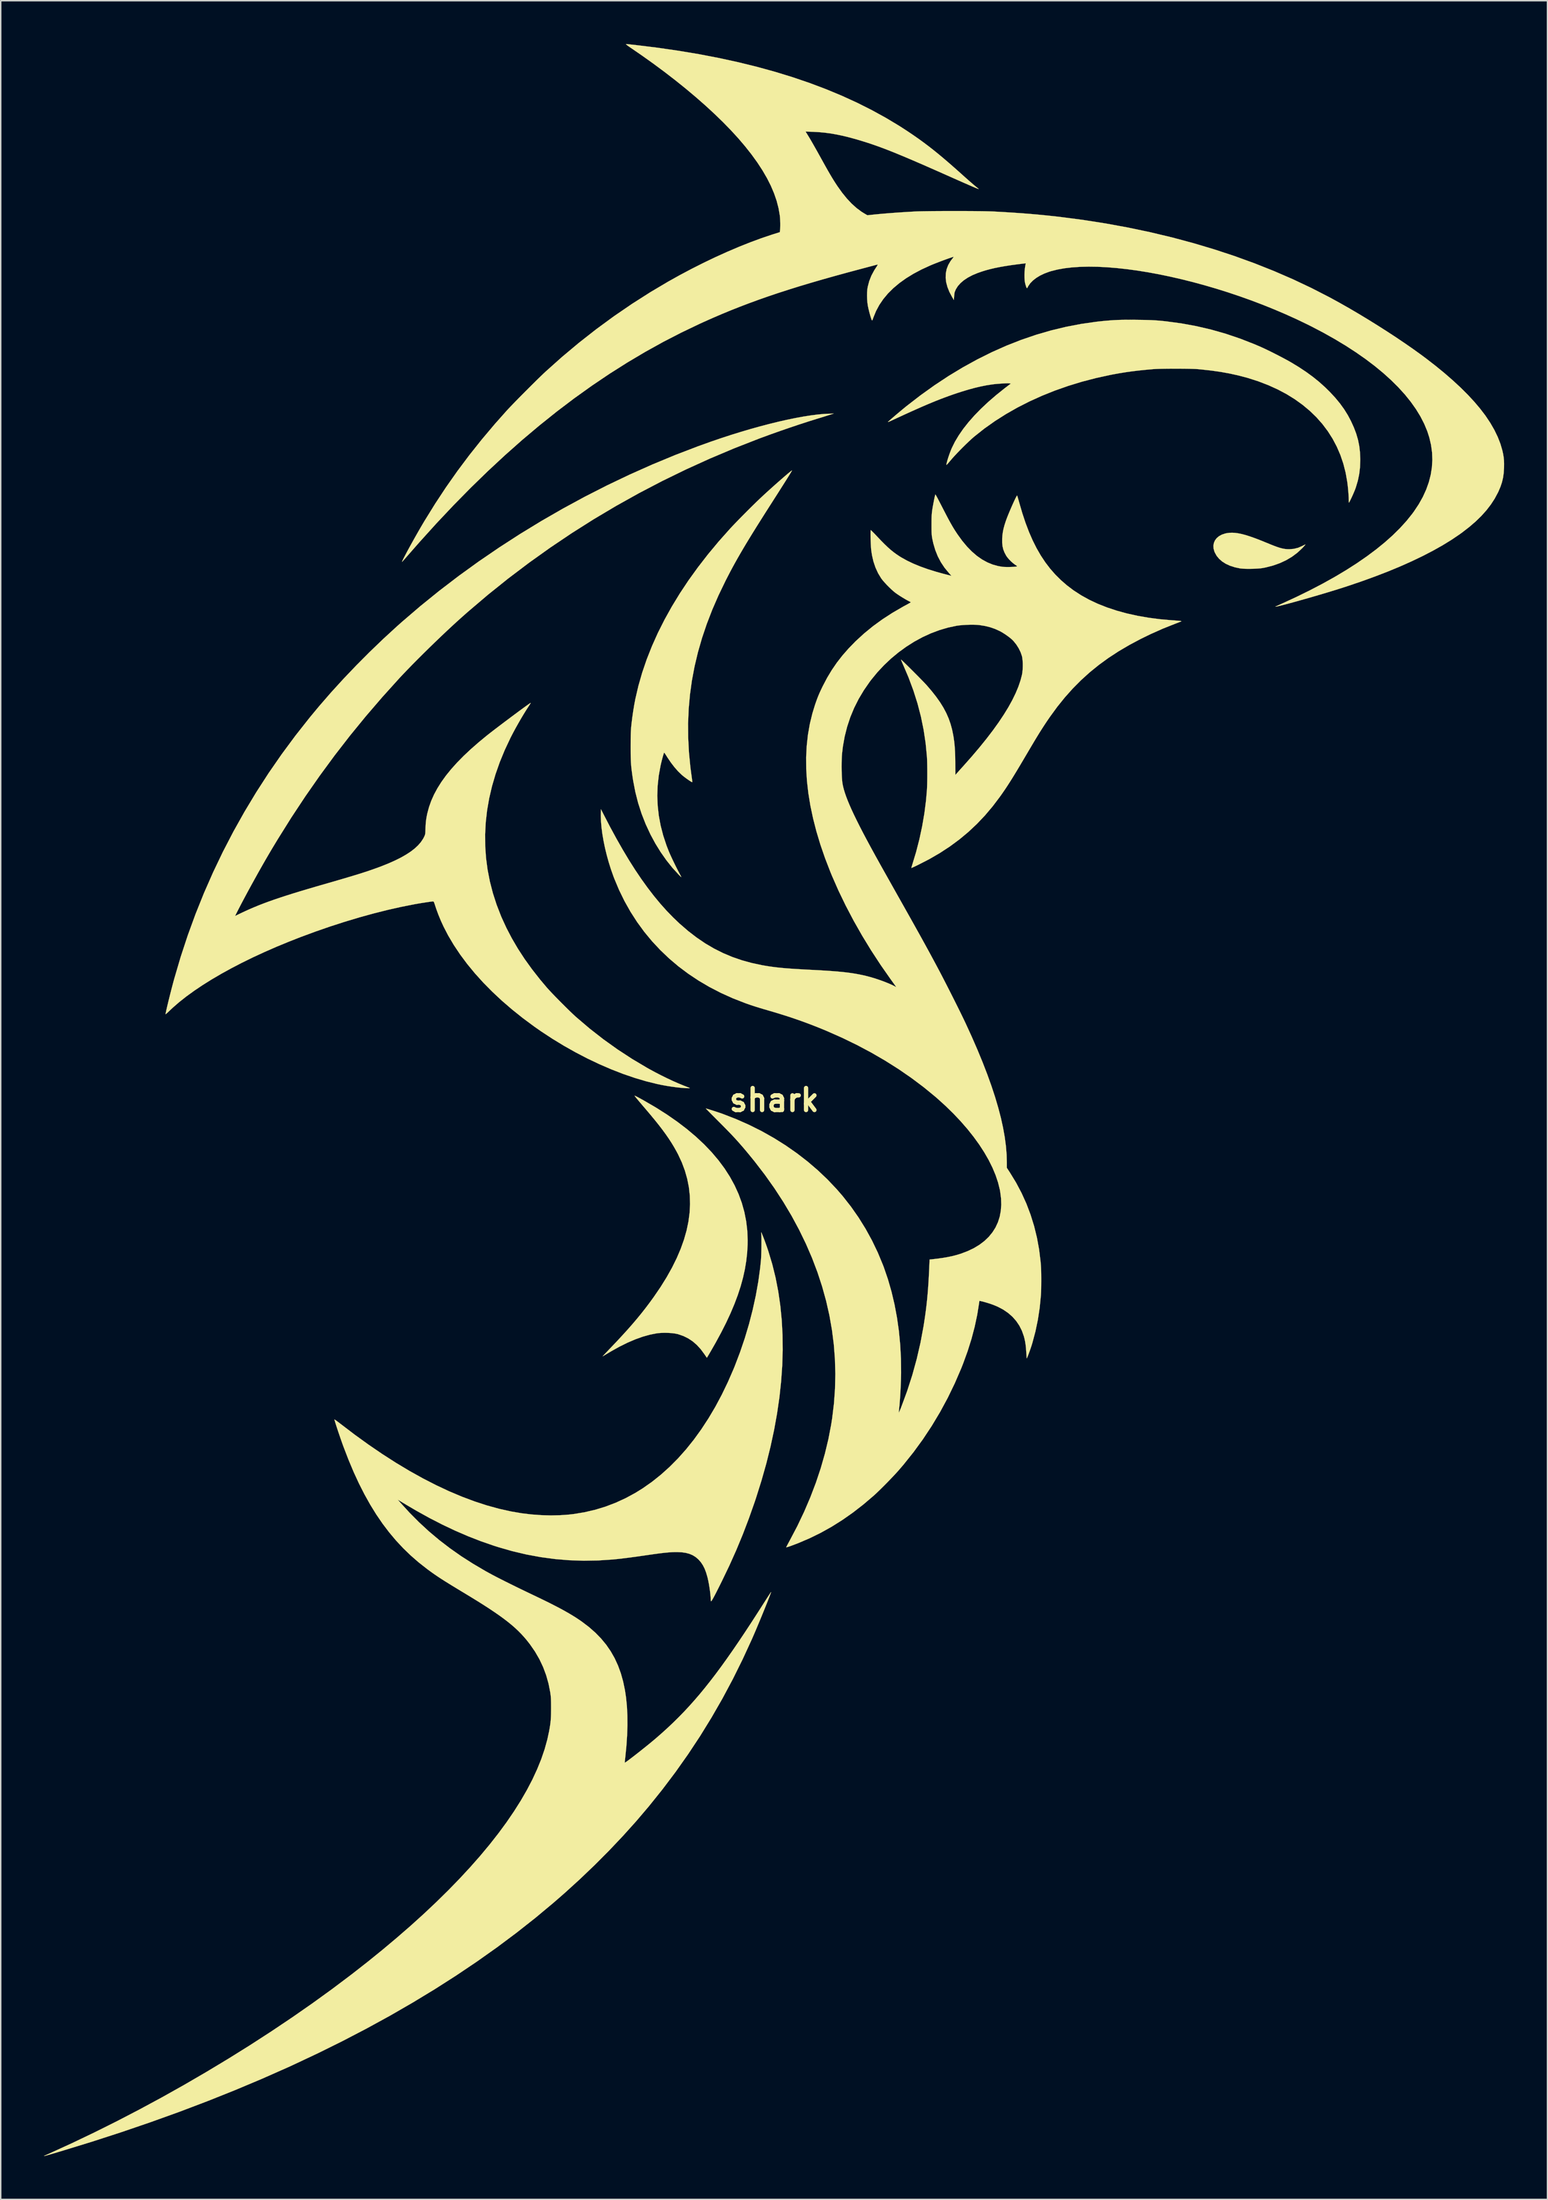
<source format=kicad_pcb>
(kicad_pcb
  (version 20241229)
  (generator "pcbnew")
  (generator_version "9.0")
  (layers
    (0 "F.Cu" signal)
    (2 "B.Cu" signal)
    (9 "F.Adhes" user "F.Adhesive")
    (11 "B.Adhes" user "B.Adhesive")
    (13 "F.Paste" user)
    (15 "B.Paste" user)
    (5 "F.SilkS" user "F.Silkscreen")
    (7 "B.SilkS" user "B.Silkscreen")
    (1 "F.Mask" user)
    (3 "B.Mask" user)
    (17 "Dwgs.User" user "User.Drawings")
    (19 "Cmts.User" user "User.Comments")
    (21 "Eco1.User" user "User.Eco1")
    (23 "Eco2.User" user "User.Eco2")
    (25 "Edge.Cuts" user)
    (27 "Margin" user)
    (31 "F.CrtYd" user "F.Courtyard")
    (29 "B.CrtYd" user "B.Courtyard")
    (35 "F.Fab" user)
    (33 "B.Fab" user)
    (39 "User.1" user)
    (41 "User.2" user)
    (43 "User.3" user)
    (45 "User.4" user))
  (footprint "shark"
    (layer "F.Cu")
    (at 50.603 73.182)
    (property "Reference" "shark" (at 0 0 0) (layer "F.SilkS") (effects (font (size 1.524 1.524) (thickness 0.3))))
    (attr through_hole)
    (fp_poly (pts (xy 31.946 -39.305) (xy 32.166 -39.275) (xy 32.406 -39.226) (xy 32.671 -39.156) (xy 32.964 -39.064) (xy 33.289 -38.95) (xy 33.649 -38.813) (xy 34.049 -38.651) (xy 34.138 -38.615) (xy 34.413 -38.502) (xy 34.648 -38.409) (xy 34.851 -38.334) (xy 35.027 -38.276) (xy 35.183 -38.233) (xy 35.325 -38.203) (xy 35.46 -38.184) (xy 35.594 -38.175) (xy 35.712 -38.173) (xy 36.02 -38.198) (xy 36.316 -38.272) (xy 36.604 -38.396) (xy 36.624 -38.407) (xy 36.711 -38.452) (xy 36.779 -38.484) (xy 36.818 -38.498) (xy 36.822 -38.497) (xy 36.81 -38.476) (xy 36.768 -38.425) (xy 36.703 -38.353) (xy 36.621 -38.264) (xy 36.6 -38.242) (xy 36.267 -37.931) (xy 35.898 -37.655) (xy 35.494 -37.414) (xy 35.056 -37.21) (xy 34.584 -37.042) (xy 34.079 -36.911) (xy 33.858 -36.868) (xy 33.717 -36.848) (xy 33.539 -36.833) (xy 33.335 -36.822) (xy 33.118 -36.815) (xy 32.899 -36.813) (xy 32.691 -36.815) (xy 32.504 -36.823) (xy 32.351 -36.836) (xy 32.296 -36.843) (xy 31.932 -36.92) (xy 31.602 -37.026) (xy 31.309 -37.16) (xy 31.055 -37.321) (xy 30.84 -37.508) (xy 30.667 -37.72) (xy 30.538 -37.956) (xy 30.52 -37.998) (xy 30.459 -38.213) (xy 30.446 -38.417) (xy 30.479 -38.609) (xy 30.556 -38.785) (xy 30.675 -38.941) (xy 30.833 -39.075) (xy 31.028 -39.182) (xy 31.259 -39.26) (xy 31.373 -39.285) (xy 31.553 -39.309) (xy 31.743 -39.316) (xy 31.946 -39.305)) (stroke (width 0.01) (type solid)) (fill yes) (layer "F.SilkS"))
    (fp_poly (pts (xy -9.619 -0.286) (xy -9.562 -0.259) (xy -9.477 -0.215) (xy -9.361 -0.153) (xy -9.208 -0.069) (xy -9.017 0.038) (xy -8.199 0.514) (xy -7.43 1.002) (xy -6.711 1.502) (xy -6.041 2.013) (xy -5.421 2.536) (xy -4.85 3.07) (xy -4.329 3.615) (xy -3.857 4.173) (xy -3.434 4.741) (xy -3.061 5.322) (xy -2.738 5.913) (xy -2.463 6.517) (xy -2.238 7.132) (xy -2.063 7.759) (xy -1.937 8.397) (xy -1.86 9.047) (xy -1.833 9.708) (xy -1.837 10.02) (xy -1.869 10.587) (xy -1.933 11.156) (xy -2.028 11.73) (xy -2.157 12.312) (xy -2.319 12.904) (xy -2.517 13.509) (xy -2.75 14.13) (xy -3.019 14.769) (xy -3.326 15.429) (xy -3.671 16.111) (xy -4.056 16.82) (xy -4.357 17.347) (xy -4.441 17.491) (xy -4.516 17.62) (xy -4.58 17.726) (xy -4.627 17.804) (xy -4.654 17.849) (xy -4.66 17.856) (xy -4.675 17.836) (xy -4.713 17.783) (xy -4.768 17.703) (xy -4.832 17.609) (xy -5.084 17.268) (xy -5.352 16.974) (xy -5.64 16.725) (xy -5.949 16.519) (xy -6.281 16.354) (xy -6.641 16.229) (xy -6.704 16.212) (xy -6.879 16.177) (xy -7.09 16.151) (xy -7.324 16.135) (xy -7.568 16.129) (xy -7.807 16.135) (xy -8.03 16.151) (xy -8.142 16.166) (xy -8.616 16.259) (xy -9.112 16.399) (xy -9.628 16.584) (xy -10.165 16.814) (xy -10.72 17.089) (xy -11.294 17.409) (xy -11.469 17.514) (xy -11.597 17.59) (xy -11.708 17.657) (xy -11.798 17.709) (xy -11.857 17.743) (xy -11.88 17.755) (xy -11.866 17.737) (xy -11.821 17.687) (xy -11.749 17.61) (xy -11.655 17.51) (xy -11.541 17.391) (xy -11.414 17.257) (xy -11.361 17.202) (xy -10.928 16.748) (xy -10.53 16.32) (xy -10.162 15.915) (xy -9.82 15.526) (xy -9.5 15.149) (xy -9.196 14.778) (xy -8.906 14.408) (xy -8.623 14.033) (xy -8.345 13.65) (xy -7.872 12.958) (xy -7.449 12.278) (xy -7.074 11.609) (xy -6.749 10.951) (xy -6.473 10.304) (xy -6.246 9.667) (xy -6.067 9.039) (xy -5.938 8.421) (xy -5.858 7.812) (xy -5.826 7.211) (xy -5.843 6.619) (xy -5.908 6.034) (xy -6.023 5.457) (xy -6.185 4.886) (xy -6.396 4.322) (xy -6.656 3.764) (xy -6.769 3.551) (xy -6.936 3.255) (xy -7.114 2.961) (xy -7.306 2.666) (xy -7.516 2.363) (xy -7.747 2.048) (xy -8.002 1.716) (xy -8.286 1.362) (xy -8.602 0.981) (xy -8.775 0.777) (xy -8.972 0.545) (xy -9.139 0.349) (xy -9.278 0.185) (xy -9.391 0.051) (xy -9.481 -0.056) (xy -9.55 -0.139) (xy -9.6 -0.201) (xy -9.635 -0.245) (xy -9.656 -0.274) (xy -9.666 -0.29) (xy -9.668 -0.298) (xy -9.667 -0.298) (xy -9.653 -0.298) (xy -9.619 -0.286)) (stroke (width 0.01) (type solid)) (fill yes) (layer "F.SilkS"))
    (fp_poly (pts (xy 1.237 -43.628) (xy 1.233 -43.614) (xy 1.214 -43.578) (xy 1.179 -43.518) (xy 1.127 -43.431) (xy 1.057 -43.317) (xy 0.968 -43.174) (xy 0.859 -43) (xy 0.729 -42.794) (xy 0.576 -42.553) (xy 0.4 -42.276) (xy 0.2 -41.961) (xy -0.026 -41.608) (xy -0.278 -41.213) (xy -0.279 -41.212) (xy -0.616 -40.684) (xy -0.925 -40.195) (xy -1.211 -39.741) (xy -1.474 -39.318) (xy -1.717 -38.923) (xy -1.943 -38.551) (xy -2.152 -38.2) (xy -2.348 -37.865) (xy -2.533 -37.543) (xy -2.708 -37.231) (xy -2.876 -36.925) (xy -3.039 -36.62) (xy -3.198 -36.314) (xy -3.358 -36.003) (xy -3.376 -35.966) (xy -3.856 -34.971) (xy -4.286 -33.983) (xy -4.666 -32.999) (xy -4.997 -32.018) (xy -5.279 -31.039) (xy -5.512 -30.06) (xy -5.697 -29.079) (xy -5.833 -28.095) (xy -5.922 -27.106) (xy -5.963 -26.11) (xy -5.956 -25.106) (xy -5.903 -24.092) (xy -5.803 -23.067) (xy -5.713 -22.394) (xy -5.695 -22.266) (xy -5.682 -22.157) (xy -5.674 -22.076) (xy -5.673 -22.033) (xy -5.674 -22.029) (xy -5.702 -22.035) (xy -5.761 -22.067) (xy -5.846 -22.121) (xy -5.948 -22.19) (xy -6.06 -22.269) (xy -6.175 -22.354) (xy -6.284 -22.438) (xy -6.381 -22.518) (xy -6.404 -22.538) (xy -6.653 -22.778) (xy -6.904 -23.063) (xy -7.154 -23.388) (xy -7.399 -23.75) (xy -7.458 -23.844) (xy -7.518 -23.939) (xy -7.57 -24.016) (xy -7.606 -24.065) (xy -7.62 -24.079) (xy -7.635 -24.056) (xy -7.658 -23.99) (xy -7.689 -23.89) (xy -7.725 -23.763) (xy -7.764 -23.617) (xy -7.804 -23.459) (xy -7.843 -23.297) (xy -7.873 -23.165) (xy -7.998 -22.474) (xy -8.073 -21.783) (xy -8.097 -21.091) (xy -8.07 -20.4) (xy -7.993 -19.708) (xy -7.864 -19.017) (xy -7.685 -18.326) (xy -7.456 -17.636) (xy -7.299 -17.234) (xy -7.229 -17.071) (xy -7.14 -16.876) (xy -7.039 -16.658) (xy -6.929 -16.43) (xy -6.818 -16.203) (xy -6.71 -15.989) (xy -6.611 -15.799) (xy -6.544 -15.674) (xy -6.494 -15.582) (xy -6.456 -15.508) (xy -6.436 -15.463) (xy -6.434 -15.453) (xy -6.453 -15.466) (xy -6.501 -15.509) (xy -6.567 -15.574) (xy -6.621 -15.628) (xy -7.056 -16.105) (xy -7.471 -16.625) (xy -7.862 -17.182) (xy -8.227 -17.771) (xy -8.56 -18.387) (xy -8.574 -18.415) (xy -8.903 -19.123) (xy -9.186 -19.845) (xy -9.424 -20.585) (xy -9.618 -21.347) (xy -9.77 -22.134) (xy -9.815 -22.428) (xy -9.847 -22.658) (xy -9.873 -22.862) (xy -9.895 -23.05) (xy -9.911 -23.23) (xy -9.924 -23.41) (xy -9.932 -23.601) (xy -9.938 -23.809) (xy -9.942 -24.044) (xy -9.943 -24.316) (xy -9.943 -24.536) (xy -9.942 -24.808) (xy -9.941 -25.036) (xy -9.938 -25.23) (xy -9.934 -25.397) (xy -9.928 -25.544) (xy -9.92 -25.681) (xy -9.91 -25.815) (xy -9.896 -25.954) (xy -9.884 -26.073) (xy -9.832 -26.499) (xy -9.769 -26.939) (xy -9.698 -27.371) (xy -9.622 -27.775) (xy -9.617 -27.8) (xy -9.404 -28.712) (xy -9.142 -29.626) (xy -8.829 -30.542) (xy -8.467 -31.457) (xy -8.057 -32.373) (xy -7.597 -33.287) (xy -7.09 -34.199) (xy -6.535 -35.109) (xy -5.933 -36.015) (xy -5.283 -36.916) (xy -4.588 -37.813) (xy -3.847 -38.704) (xy -3.06 -39.588) (xy -3.027 -39.624) (xy -2.881 -39.78) (xy -2.705 -39.964) (xy -2.506 -40.17) (xy -2.29 -40.391) (xy -2.063 -40.62) (xy -1.834 -40.851) (xy -1.607 -41.077) (xy -1.39 -41.29) (xy -1.189 -41.486) (xy -1.013 -41.654) (xy -0.855 -41.803) (xy -0.683 -41.963) (xy -0.499 -42.131) (xy -0.307 -42.305) (xy -0.112 -42.48) (xy 0.083 -42.655) (xy 0.275 -42.824) (xy 0.459 -42.986) (xy 0.633 -43.137) (xy 0.791 -43.274) (xy 0.932 -43.393) (xy 1.05 -43.491) (xy 1.142 -43.565) (xy 1.205 -43.612) (xy 1.235 -43.629) (xy 1.237 -43.628)) (stroke (width 0.01) (type solid)) (fill yes) (layer "F.SilkS"))
    (fp_poly (pts (xy 25.074 -54.07) (xy 25.184 -54.068) (xy 25.485 -54.064) (xy 25.743 -54.059) (xy 25.968 -54.053) (xy 26.168 -54.046) (xy 26.352 -54.036) (xy 26.528 -54.025) (xy 26.705 -54.011) (xy 26.891 -53.993) (xy 27.096 -53.972) (xy 27.191 -53.961) (xy 28.233 -53.821) (xy 29.266 -53.631) (xy 30.29 -53.392) (xy 31.304 -53.103) (xy 32.307 -52.764) (xy 33.298 -52.376) (xy 33.744 -52.184) (xy 33.952 -52.089) (xy 34.193 -51.974) (xy 34.455 -51.846) (xy 34.729 -51.708) (xy 35.004 -51.567) (xy 35.27 -51.428) (xy 35.516 -51.296) (xy 35.732 -51.176) (xy 35.839 -51.115) (xy 36.383 -50.784) (xy 36.883 -50.452) (xy 37.346 -50.113) (xy 37.78 -49.762) (xy 38.19 -49.394) (xy 38.519 -49.07) (xy 38.891 -48.669) (xy 39.219 -48.272) (xy 39.508 -47.872) (xy 39.763 -47.462) (xy 39.98 -47.053) (xy 40.182 -46.609) (xy 40.344 -46.18) (xy 40.467 -45.759) (xy 40.553 -45.334) (xy 40.605 -44.897) (xy 40.625 -44.438) (xy 40.625 -44.348) (xy 40.607 -43.85) (xy 40.551 -43.377) (xy 40.456 -42.918) (xy 40.32 -42.462) (xy 40.271 -42.325) (xy 40.233 -42.229) (xy 40.184 -42.112) (xy 40.128 -41.982) (xy 40.068 -41.849) (xy 40.008 -41.719) (xy 39.951 -41.602) (xy 39.903 -41.504) (xy 39.866 -41.436) (xy 39.844 -41.403) (xy 39.841 -41.402) (xy 39.834 -41.425) (xy 39.829 -41.487) (xy 39.827 -41.574) (xy 39.827 -41.586) (xy 39.823 -41.749) (xy 39.813 -41.948) (xy 39.796 -42.17) (xy 39.775 -42.402) (xy 39.751 -42.629) (xy 39.725 -42.83) (xy 39.611 -43.477) (xy 39.451 -44.101) (xy 39.248 -44.7) (xy 39 -45.275) (xy 38.71 -45.825) (xy 38.377 -46.349) (xy 38.002 -46.847) (xy 37.586 -47.317) (xy 37.129 -47.76) (xy 36.632 -48.175) (xy 36.096 -48.561) (xy 35.52 -48.918) (xy 34.906 -49.244) (xy 34.254 -49.54) (xy 33.565 -49.805) (xy 32.839 -50.038) (xy 32.749 -50.064) (xy 32.168 -50.216) (xy 31.57 -50.348) (xy 30.95 -50.46) (xy 30.298 -50.553) (xy 29.608 -50.629) (xy 29.35 -50.653) (xy 29.212 -50.662) (xy 29.03 -50.669) (xy 28.813 -50.675) (xy 28.568 -50.68) (xy 28.303 -50.683) (xy 28.024 -50.685) (xy 27.739 -50.685) (xy 27.457 -50.684) (xy 27.184 -50.681) (xy 26.928 -50.677) (xy 26.697 -50.672) (xy 26.498 -50.665) (xy 26.338 -50.656) (xy 26.289 -50.653) (xy 25.755 -50.605) (xy 25.261 -50.554) (xy 24.794 -50.497) (xy 24.344 -50.434) (xy 23.898 -50.361) (xy 23.446 -50.279) (xy 23.305 -50.251) (xy 22.312 -50.035) (xy 21.34 -49.782) (xy 20.392 -49.492) (xy 19.468 -49.168) (xy 18.572 -48.809) (xy 17.705 -48.417) (xy 16.87 -47.993) (xy 16.069 -47.537) (xy 15.305 -47.052) (xy 14.578 -46.538) (xy 13.893 -45.995) (xy 13.845 -45.955) (xy 13.684 -45.814) (xy 13.5 -45.644) (xy 13.3 -45.453) (xy 13.092 -45.249) (xy 12.884 -45.039) (xy 12.685 -44.832) (xy 12.501 -44.636) (xy 12.341 -44.458) (xy 12.23 -44.328) (xy 12.139 -44.219) (xy 12.06 -44.128) (xy 11.997 -44.06) (xy 11.957 -44.02) (xy 11.944 -44.014) (xy 11.944 -44.061) (xy 11.961 -44.147) (xy 11.991 -44.265) (xy 12.032 -44.406) (xy 12.082 -44.563) (xy 12.138 -44.727) (xy 12.197 -44.89) (xy 12.257 -45.045) (xy 12.311 -45.174) (xy 12.529 -45.616) (xy 12.797 -46.064) (xy 13.112 -46.519) (xy 13.476 -46.979) (xy 13.886 -47.444) (xy 14.342 -47.911) (xy 14.843 -48.381) (xy 15.388 -48.852) (xy 15.976 -49.323) (xy 16.122 -49.434) (xy 16.406 -49.651) (xy 16.311 -49.666) (xy 16.242 -49.671) (xy 16.132 -49.67) (xy 15.991 -49.666) (xy 15.829 -49.657) (xy 15.654 -49.646) (xy 15.478 -49.632) (xy 15.309 -49.616) (xy 15.157 -49.598) (xy 15.109 -49.592) (xy 14.714 -49.53) (xy 14.313 -49.45) (xy 13.9 -49.353) (xy 13.464 -49.234) (xy 12.999 -49.093) (xy 12.662 -48.984) (xy 12.379 -48.888) (xy 12.1 -48.789) (xy 11.818 -48.686) (xy 11.532 -48.577) (xy 11.235 -48.46) (xy 10.926 -48.334) (xy 10.599 -48.197) (xy 10.25 -48.047) (xy 9.877 -47.882) (xy 9.473 -47.702) (xy 9.036 -47.503) (xy 8.562 -47.285) (xy 8.057 -47.051) (xy 7.974 -47.015) (xy 7.914 -46.993) (xy 7.888 -46.989) (xy 7.888 -46.992) (xy 7.914 -47.019) (xy 7.973 -47.073) (xy 8.061 -47.151) (xy 8.172 -47.248) (xy 8.301 -47.358) (xy 8.442 -47.479) (xy 8.591 -47.604) (xy 8.741 -47.73) (xy 8.888 -47.852) (xy 9.026 -47.966) (xy 9.149 -48.067) (xy 9.173 -48.086) (xy 10.138 -48.832) (xy 11.111 -49.529) (xy 12.093 -50.178) (xy 13.084 -50.777) (xy 14.082 -51.326) (xy 15.088 -51.827) (xy 16.102 -52.278) (xy 17.123 -52.679) (xy 18.15 -53.03) (xy 19.184 -53.331) (xy 20.225 -53.582) (xy 21.271 -53.783) (xy 22.323 -53.934) (xy 22.682 -53.974) (xy 22.987 -54.003) (xy 23.27 -54.027) (xy 23.542 -54.046) (xy 23.812 -54.059) (xy 24.091 -54.068) (xy 24.387 -54.072) (xy 24.712 -54.073) (xy 25.074 -54.07)) (stroke (width 0.01) (type solid)) (fill yes) (layer "F.SilkS"))
    (fp_poly (pts (xy 3.861 -47.487) (xy 3.758 -47.454) (xy 3.617 -47.41) (xy 3.45 -47.358) (xy 3.268 -47.301) (xy 3.082 -47.244) (xy 2.997 -47.218) (xy 2.397 -47.031) (xy 1.764 -46.825) (xy 1.11 -46.606) (xy 0.446 -46.377) (xy -0.214 -46.143) (xy -0.859 -45.907) (xy -1.045 -45.838) (xy -2.759 -45.168) (xy -4.449 -44.455) (xy -6.113 -43.699) (xy -7.751 -42.901) (xy -9.362 -42.06) (xy -10.945 -41.177) (xy -12.501 -40.252) (xy -14.027 -39.286) (xy -15.524 -38.279) (xy -16.991 -37.232) (xy -18.428 -36.145) (xy -19.833 -35.018) (xy -21.206 -33.851) (xy -21.615 -33.49) (xy -21.958 -33.182) (xy -22.324 -32.846) (xy -22.709 -32.487) (xy -23.105 -32.112) (xy -23.508 -31.725) (xy -23.912 -31.333) (xy -24.311 -30.94) (xy -24.699 -30.554) (xy -25.07 -30.179) (xy -25.418 -29.821) (xy -25.739 -29.486) (xy -25.974 -29.235) (xy -27.157 -27.924) (xy -28.297 -26.598) (xy -29.398 -25.251) (xy -30.461 -23.88) (xy -31.49 -22.48) (xy -32.489 -21.048) (xy -33.46 -19.58) (xy -34.405 -18.07) (xy -34.804 -17.41) (xy -35.023 -17.039) (xy -35.256 -16.639) (xy -35.497 -16.218) (xy -35.743 -15.783) (xy -35.989 -15.34) (xy -36.233 -14.898) (xy -36.47 -14.464) (xy -36.695 -14.044) (xy -36.906 -13.647) (xy -37.097 -13.279) (xy -37.245 -12.988) (xy -37.362 -12.755) (xy -36.95 -12.954) (xy -36.652 -13.094) (xy -36.35 -13.23) (xy -36.04 -13.363) (xy -35.719 -13.495) (xy -35.383 -13.625) (xy -35.028 -13.757) (xy -34.651 -13.89) (xy -34.249 -14.026) (xy -33.817 -14.167) (xy -33.352 -14.314) (xy -32.85 -14.468) (xy -32.308 -14.63) (xy -31.722 -14.802) (xy -31.39 -14.898) (xy -30.93 -15.03) (xy -30.516 -15.15) (xy -30.143 -15.259) (xy -29.807 -15.357) (xy -29.505 -15.447) (xy -29.233 -15.528) (xy -28.986 -15.603) (xy -28.762 -15.672) (xy -28.556 -15.737) (xy -28.364 -15.799) (xy -28.183 -15.859) (xy -28.008 -15.918) (xy -27.836 -15.977) (xy -27.788 -15.994) (xy -27.234 -16.196) (xy -26.73 -16.399) (xy -26.275 -16.601) (xy -25.866 -16.805) (xy -25.503 -17.012) (xy -25.185 -17.221) (xy -24.909 -17.434) (xy -24.676 -17.652) (xy -24.483 -17.875) (xy -24.329 -18.105) (xy -24.253 -18.25) (xy -24.221 -18.322) (xy -24.198 -18.383) (xy -24.183 -18.447) (xy -24.174 -18.524) (xy -24.169 -18.627) (xy -24.165 -18.768) (xy -24.164 -18.776) (xy -24.154 -19.052) (xy -24.134 -19.298) (xy -24.102 -19.531) (xy -24.057 -19.773) (xy -24.038 -19.858) (xy -23.921 -20.298) (xy -23.766 -20.735) (xy -23.571 -21.172) (xy -23.335 -21.609) (xy -23.059 -22.048) (xy -22.74 -22.491) (xy -22.377 -22.937) (xy -21.97 -23.39) (xy -21.518 -23.85) (xy -21.019 -24.318) (xy -20.473 -24.796) (xy -19.939 -25.237) (xy -19.815 -25.336) (xy -19.666 -25.452) (xy -19.495 -25.585) (xy -19.306 -25.729) (xy -19.103 -25.884) (xy -18.89 -26.045) (xy -18.671 -26.211) (xy -18.448 -26.378) (xy -18.227 -26.544) (xy -18.009 -26.706) (xy -17.801 -26.861) (xy -17.604 -27.006) (xy -17.423 -27.139) (xy -17.261 -27.257) (xy -17.122 -27.357) (xy -17.011 -27.436) (xy -16.93 -27.491) (xy -16.883 -27.52) (xy -16.873 -27.524) (xy -16.881 -27.5) (xy -16.913 -27.442) (xy -16.963 -27.362) (xy -17.012 -27.288) (xy -17.177 -27.034) (xy -17.357 -26.744) (xy -17.545 -26.43) (xy -17.734 -26.101) (xy -17.92 -25.77) (xy -18.095 -25.445) (xy -18.253 -25.139) (xy -18.271 -25.104) (xy -18.667 -24.262) (xy -19.013 -23.422) (xy -19.308 -22.584) (xy -19.553 -21.747) (xy -19.748 -20.912) (xy -19.893 -20.079) (xy -19.987 -19.249) (xy -20.03 -18.422) (xy -20.024 -17.599) (xy -19.967 -16.779) (xy -19.859 -15.962) (xy -19.701 -15.15) (xy -19.493 -14.343) (xy -19.234 -13.54) (xy -18.925 -12.743) (xy -18.888 -12.656) (xy -18.552 -11.925) (xy -18.175 -11.203) (xy -17.756 -10.487) (xy -17.292 -9.776) (xy -16.781 -9.066) (xy -16.223 -8.355) (xy -15.754 -7.798) (xy -15.637 -7.668) (xy -15.49 -7.509) (xy -15.318 -7.328) (xy -15.127 -7.13) (xy -14.923 -6.922) (xy -14.713 -6.71) (xy -14.502 -6.5) (xy -14.297 -6.297) (xy -14.103 -6.109) (xy -13.927 -5.942) (xy -13.775 -5.8) (xy -13.703 -5.736) (xy -12.781 -4.951) (xy -11.83 -4.209) (xy -10.851 -3.509) (xy -9.845 -2.852) (xy -8.812 -2.238) (xy -8.661 -2.153) (xy -8.256 -1.933) (xy -7.839 -1.717) (xy -7.422 -1.512) (xy -7.013 -1.32) (xy -6.622 -1.148) (xy -6.259 -0.999) (xy -6.127 -0.948) (xy -6.022 -0.907) (xy -5.934 -0.871) (xy -5.874 -0.845) (xy -5.856 -0.834) (xy -5.85 -0.825) (xy -5.858 -0.82) (xy -5.89 -0.818) (xy -5.951 -0.819) (xy -6.048 -0.823) (xy -6.185 -0.83) (xy -6.461 -0.851) (xy -6.773 -0.885) (xy -7.107 -0.93) (xy -7.451 -0.984) (xy -7.791 -1.046) (xy -8.09 -1.108) (xy -8.867 -1.3) (xy -9.662 -1.536) (xy -10.471 -1.813) (xy -11.289 -2.131) (xy -12.112 -2.487) (xy -12.936 -2.878) (xy -13.756 -3.304) (xy -14.57 -3.762) (xy -15.372 -4.251) (xy -16.158 -4.767) (xy -16.631 -5.098) (xy -17.416 -5.68) (xy -18.162 -6.277) (xy -18.869 -6.886) (xy -19.534 -7.508) (xy -20.157 -8.139) (xy -20.736 -8.78) (xy -21.27 -9.428) (xy -21.758 -10.083) (xy -22.199 -10.743) (xy -22.592 -11.406) (xy -22.913 -12.026) (xy -23.101 -12.436) (xy -23.271 -12.849) (xy -23.418 -13.249) (xy -23.486 -13.456) (xy -23.528 -13.584) (xy -23.558 -13.672) (xy -23.583 -13.726) (xy -23.605 -13.755) (xy -23.628 -13.766) (xy -23.643 -13.767) (xy -23.693 -13.763) (xy -23.785 -13.751) (xy -23.91 -13.734) (xy -24.061 -13.712) (xy -24.228 -13.686) (xy -24.404 -13.659) (xy -24.581 -13.63) (xy -24.749 -13.601) (xy -24.892 -13.576) (xy -25.814 -13.395) (xy -26.767 -13.181) (xy -27.745 -12.935) (xy -28.744 -12.66) (xy -29.756 -12.356) (xy -30.777 -12.027) (xy -31.801 -11.672) (xy -32.821 -11.295) (xy -33.641 -10.973) (xy -34.497 -10.62) (xy -35.325 -10.257) (xy -36.124 -9.888) (xy -36.892 -9.512) (xy -37.626 -9.13) (xy -38.325 -8.745) (xy -38.987 -8.357) (xy -39.609 -7.967) (xy -40.189 -7.577) (xy -40.727 -7.188) (xy -41.219 -6.8) (xy -41.663 -6.415) (xy -41.879 -6.213) (xy -41.977 -6.119) (xy -42.062 -6.041) (xy -42.128 -5.983) (xy -42.168 -5.951) (xy -42.176 -5.947) (xy -42.175 -5.977) (xy -42.163 -6.05) (xy -42.14 -6.162) (xy -42.107 -6.308) (xy -42.067 -6.483) (xy -42.019 -6.682) (xy -41.967 -6.899) (xy -41.909 -7.13) (xy -41.849 -7.37) (xy -41.787 -7.613) (xy -41.724 -7.855) (xy -41.662 -8.09) (xy -41.602 -8.313) (xy -41.576 -8.407) (xy -41.131 -9.921) (xy -40.639 -11.416) (xy -40.1 -12.892) (xy -39.515 -14.349) (xy -38.882 -15.787) (xy -38.204 -17.204) (xy -37.479 -18.601) (xy -36.709 -19.976) (xy -35.894 -21.329) (xy -35.034 -22.66) (xy -34.129 -23.967) (xy -33.179 -25.251) (xy -32.185 -26.511) (xy -31.54 -27.288) (xy -30.719 -28.234) (xy -29.856 -29.181) (xy -28.958 -30.122) (xy -28.034 -31.05) (xy -27.09 -31.957) (xy -26.134 -32.835) (xy -25.794 -33.137) (xy -24.525 -34.225) (xy -23.215 -35.285) (xy -21.866 -36.317) (xy -20.482 -37.318) (xy -19.064 -38.287) (xy -17.617 -39.222) (xy -16.141 -40.123) (xy -14.641 -40.986) (xy -13.119 -41.812) (xy -11.577 -42.597) (xy -10.017 -43.341) (xy -8.444 -44.042) (xy -6.86 -44.699) (xy -5.266 -45.309) (xy -4.369 -45.631) (xy -3.674 -45.868) (xy -2.982 -46.094) (xy -2.297 -46.306) (xy -1.623 -46.505) (xy -0.961 -46.689) (xy -0.316 -46.858) (xy 0.308 -47.011) (xy 0.91 -47.147) (xy 1.485 -47.265) (xy 2.03 -47.365) (xy 2.542 -47.445) (xy 3.017 -47.506) (xy 3.453 -47.546) (xy 3.759 -47.562) (xy 4.128 -47.573) (xy 3.861 -47.487)) (stroke (width 0.01) (type solid)) (fill yes) (layer "F.SilkS"))
    (fp_poly (pts (xy -0.879 9.192) (xy -0.848 9.257) (xy -0.806 9.358) (xy -0.754 9.487) (xy -0.695 9.64) (xy -0.632 9.81) (xy -0.567 9.99) (xy -0.501 10.175) (xy -0.439 10.358) (xy -0.403 10.465) (xy -0.129 11.374) (xy 0.101 12.307) (xy 0.287 13.265) (xy 0.429 14.246) (xy 0.528 15.25) (xy 0.583 16.275) (xy 0.595 17.322) (xy 0.563 18.39) (xy 0.487 19.477) (xy 0.369 20.583) (xy 0.206 21.707) (xy 0.001 22.848) (xy -0.248 24.007) (xy -0.54 25.181) (xy -0.876 26.37) (xy -1.254 27.573) (xy -1.345 27.846) (xy -1.748 28.989) (xy -2.171 30.098) (xy -2.622 31.186) (xy -3.105 32.265) (xy -3.608 33.312) (xy -3.767 33.632) (xy -3.905 33.907) (xy -4.023 34.14) (xy -4.123 34.332) (xy -4.205 34.484) (xy -4.269 34.599) (xy -4.318 34.678) (xy -4.351 34.722) (xy -4.369 34.734) (xy -4.37 34.734) (xy -4.385 34.701) (xy -4.393 34.637) (xy -4.394 34.6) (xy -4.401 34.44) (xy -4.418 34.243) (xy -4.445 34.02) (xy -4.479 33.784) (xy -4.518 33.546) (xy -4.562 33.318) (xy -4.608 33.112) (xy -4.623 33.053) (xy -4.714 32.742) (xy -4.816 32.473) (xy -4.934 32.241) (xy -5.07 32.036) (xy -5.229 31.853) (xy -5.255 31.826) (xy -5.438 31.669) (xy -5.641 31.543) (xy -5.867 31.446) (xy -6.122 31.378) (xy -6.409 31.337) (xy -6.734 31.323) (xy -6.998 31.327) (xy -7.142 31.334) (xy -7.292 31.345) (xy -7.454 31.359) (xy -7.631 31.377) (xy -7.831 31.4) (xy -8.058 31.429) (xy -8.319 31.465) (xy -8.618 31.507) (xy -8.962 31.557) (xy -8.975 31.559) (xy -9.527 31.638) (xy -10.031 31.706) (xy -10.489 31.763) (xy -10.902 31.809) (xy -11.195 31.838) (xy -12.2 31.905) (xy -13.199 31.922) (xy -14.193 31.889) (xy -15.184 31.807) (xy -16.173 31.674) (xy -17.161 31.492) (xy -18.149 31.259) (xy -19.138 30.975) (xy -19.431 30.881) (xy -20.32 30.573) (xy -21.205 30.229) (xy -22.091 29.847) (xy -22.982 29.426) (xy -23.882 28.964) (xy -24.795 28.458) (xy -25.483 28.054) (xy -26.086 27.691) (xy -25.905 27.898) (xy -25.265 28.598) (xy -24.605 29.262) (xy -23.922 29.892) (xy -23.21 30.49) (xy -22.466 31.061) (xy -21.687 31.608) (xy -20.868 32.132) (xy -20.006 32.639) (xy -19.71 32.802) (xy -19.499 32.916) (xy -19.248 33.047) (xy -18.961 33.194) (xy -18.645 33.354) (xy -18.305 33.523) (xy -17.946 33.7) (xy -17.575 33.881) (xy -17.197 34.063) (xy -16.818 34.245) (xy -16.802 34.252) (xy -16.322 34.482) (xy -15.885 34.694) (xy -15.488 34.891) (xy -15.126 35.076) (xy -14.797 35.249) (xy -14.496 35.414) (xy -14.219 35.572) (xy -13.963 35.725) (xy -13.724 35.875) (xy -13.498 36.025) (xy -13.312 36.154) (xy -12.828 36.523) (xy -12.388 36.91) (xy -11.992 37.317) (xy -11.638 37.745) (xy -11.326 38.198) (xy -11.053 38.678) (xy -10.82 39.186) (xy -10.623 39.725) (xy -10.463 40.297) (xy -10.337 40.904) (xy -10.263 41.402) (xy -10.203 42.003) (xy -10.171 42.643) (xy -10.166 43.32) (xy -10.189 44.029) (xy -10.238 44.767) (xy -10.312 45.503) (xy -10.327 45.641) (xy -10.339 45.76) (xy -10.348 45.851) (xy -10.352 45.906) (xy -10.351 45.918) (xy -10.327 45.908) (xy -10.267 45.87) (xy -10.176 45.805) (xy -10.058 45.718) (xy -9.918 45.612) (xy -9.759 45.49) (xy -9.585 45.355) (xy -9.401 45.211) (xy -9.21 45.06) (xy -9.018 44.906) (xy -8.827 44.753) (xy -8.642 44.603) (xy -8.468 44.459) (xy -8.308 44.326) (xy -8.167 44.206) (xy -7.766 43.855) (xy -7.376 43.501) (xy -6.995 43.141) (xy -6.622 42.773) (xy -6.253 42.395) (xy -5.889 42.004) (xy -5.526 41.598) (xy -5.162 41.175) (xy -4.797 40.731) (xy -4.427 40.265) (xy -4.051 39.775) (xy -3.667 39.257) (xy -3.274 38.71) (xy -2.868 38.131) (xy -2.449 37.518) (xy -2.014 36.868) (xy -1.562 36.18) (xy -1.09 35.449) (xy -0.751 34.918) (xy -0.633 34.734) (xy -0.525 34.565) (xy -0.428 34.414) (xy -0.345 34.288) (xy -0.28 34.189) (xy -0.236 34.123) (xy -0.214 34.095) (xy -0.213 34.094) (xy -0.218 34.121) (xy -0.241 34.191) (xy -0.28 34.299) (xy -0.334 34.44) (xy -0.401 34.611) (xy -0.478 34.808) (xy -0.565 35.024) (xy -0.659 35.258) (xy -0.759 35.503) (xy -0.862 35.756) (xy -0.968 36.013) (xy -1.075 36.269) (xy -1.18 36.519) (xy -1.281 36.76) (xy -1.378 36.986) (xy -1.469 37.195) (xy -1.531 37.338) (xy -2.183 38.755) (xy -2.867 40.135) (xy -3.586 41.48) (xy -4.34 42.792) (xy -5.131 44.076) (xy -5.962 45.333) (xy -6.834 46.567) (xy -7.749 47.78) (xy -8.685 48.946) (xy -9.556 49.97) (xy -10.475 50.992) (xy -11.435 52.006) (xy -12.433 53.008) (xy -13.465 53.994) (xy -14.526 54.959) (xy -15.286 55.621) (xy -16.544 56.67) (xy -17.849 57.699) (xy -19.2 58.709) (xy -20.597 59.699) (xy -22.039 60.669) (xy -23.526 61.619) (xy -25.058 62.548) (xy -26.633 63.457) (xy -28.253 64.344) (xy -29.915 65.21) (xy -31.62 66.054) (xy -33.367 66.876) (xy -33.706 67.031) (xy -35.52 67.834) (xy -37.38 68.616) (xy -39.286 69.377) (xy -41.235 70.117) (xy -43.228 70.834) (xy -45.265 71.53) (xy -47.343 72.203) (xy -49.463 72.853) (xy -49.706 72.926) (xy -49.945 72.997) (xy -50.14 73.054) (xy -50.295 73.099) (xy -50.413 73.132) (xy -50.498 73.155) (xy -50.555 73.169) (xy -50.587 73.175) (xy -50.598 73.174) (xy -50.595 73.168) (xy -50.569 73.155) (xy -50.505 73.125) (xy -50.411 73.082) (xy -50.296 73.03) (xy -50.228 73) (xy -48.676 72.291) (xy -47.114 71.544) (xy -45.548 70.762) (xy -43.982 69.948) (xy -42.421 69.105) (xy -40.869 68.234) (xy -39.331 67.339) (xy -37.811 66.423) (xy -36.315 65.489) (xy -34.846 64.538) (xy -33.409 63.574) (xy -32.008 62.599) (xy -30.65 61.617) (xy -29.337 60.629) (xy -29.261 60.571) (xy -28.182 59.727) (xy -27.145 58.887) (xy -26.149 58.051) (xy -25.194 57.221) (xy -24.282 56.396) (xy -23.412 55.576) (xy -22.585 54.763) (xy -21.801 53.957) (xy -21.061 53.158) (xy -20.364 52.367) (xy -19.712 51.584) (xy -19.105 50.81) (xy -18.543 50.045) (xy -18.027 49.289) (xy -17.556 48.544) (xy -17.132 47.809) (xy -16.754 47.085) (xy -16.424 46.372) (xy -16.14 45.672) (xy -15.905 44.984) (xy -15.718 44.309) (xy -15.598 43.752) (xy -15.556 43.518) (xy -15.523 43.313) (xy -15.498 43.125) (xy -15.481 42.941) (xy -15.469 42.75) (xy -15.462 42.539) (xy -15.459 42.298) (xy -15.458 42.126) (xy -15.459 41.901) (xy -15.461 41.717) (xy -15.465 41.565) (xy -15.471 41.436) (xy -15.48 41.321) (xy -15.493 41.209) (xy -15.509 41.093) (xy -15.515 41.049) (xy -15.634 40.443) (xy -15.799 39.857) (xy -16.01 39.292) (xy -16.268 38.746) (xy -16.573 38.219) (xy -16.926 37.709) (xy -17.165 37.405) (xy -17.347 37.193) (xy -17.537 36.986) (xy -17.739 36.782) (xy -17.956 36.578) (xy -18.191 36.373) (xy -18.447 36.165) (xy -18.725 35.95) (xy -19.03 35.728) (xy -19.365 35.495) (xy -19.731 35.25) (xy -20.132 34.99) (xy -20.571 34.714) (xy -21.051 34.419) (xy -21.412 34.2) (xy -21.765 33.987) (xy -22.078 33.797) (xy -22.357 33.627) (xy -22.604 33.474) (xy -22.826 33.336) (xy -23.025 33.209) (xy -23.207 33.09) (xy -23.376 32.978) (xy -23.536 32.868) (xy -23.691 32.759) (xy -23.847 32.647) (xy -24.007 32.529) (xy -24.067 32.484) (xy -24.641 32.034) (xy -25.188 31.557) (xy -25.711 31.052) (xy -26.209 30.518) (xy -26.685 29.951) (xy -27.14 29.351) (xy -27.575 28.714) (xy -27.991 28.04) (xy -28.39 27.326) (xy -28.774 26.571) (xy -29.143 25.771) (xy -29.498 24.926) (xy -29.842 24.033) (xy -29.858 23.99) (xy -29.922 23.815) (xy -29.989 23.624) (xy -30.059 23.423) (xy -30.129 23.219) (xy -30.198 23.017) (xy -30.263 22.822) (xy -30.323 22.64) (xy -30.375 22.478) (xy -30.418 22.34) (xy -30.45 22.233) (xy -30.469 22.162) (xy -30.473 22.134) (xy -30.473 22.133) (xy -30.45 22.144) (xy -30.393 22.182) (xy -30.309 22.243) (xy -30.204 22.321) (xy -30.083 22.414) (xy -30.057 22.434) (xy -29.079 23.179) (xy -28.111 23.878) (xy -27.153 24.532) (xy -26.205 25.14) (xy -25.268 25.702) (xy -24.342 26.217) (xy -23.428 26.686) (xy -22.527 27.109) (xy -21.638 27.484) (xy -20.762 27.812) (xy -19.9 28.093) (xy -19.052 28.326) (xy -18.219 28.511) (xy -17.472 28.638) (xy -16.807 28.717) (xy -16.137 28.766) (xy -15.472 28.783) (xy -14.822 28.769) (xy -14.196 28.723) (xy -13.894 28.688) (xy -13.141 28.564) (xy -12.404 28.392) (xy -11.682 28.172) (xy -10.977 27.903) (xy -10.289 27.587) (xy -9.618 27.223) (xy -9.106 26.905) (xy -8.466 26.456) (xy -7.845 25.96) (xy -7.243 25.418) (xy -6.661 24.832) (xy -6.1 24.202) (xy -5.56 23.528) (xy -5.043 22.812) (xy -4.548 22.055) (xy -4.076 21.258) (xy -3.629 20.421) (xy -3.206 19.545) (xy -2.808 18.631) (xy -2.727 18.433) (xy -2.362 17.475) (xy -2.032 16.502) (xy -1.739 15.52) (xy -1.485 14.534) (xy -1.27 13.552) (xy -1.096 12.578) (xy -0.965 11.619) (xy -0.91 11.074) (xy -0.902 10.957) (xy -0.895 10.808) (xy -0.889 10.635) (xy -0.884 10.445) (xy -0.88 10.247) (xy -0.878 10.047) (xy -0.878 9.853) (xy -0.878 9.673) (xy -0.88 9.514) (xy -0.884 9.383) (xy -0.89 9.289) (xy -0.896 9.239) (xy -0.904 9.19) (xy -0.895 9.169) (xy -0.879 9.192)) (stroke (width 0.01) (type solid)) (fill yes) (layer "F.SilkS"))
    (fp_poly (pts (xy -10.208 -73.175) (xy -10.121 -73.167) (xy -10 -73.155) (xy -9.854 -73.14) (xy -9.69 -73.122) (xy -9.607 -73.113) (xy -8.098 -72.928) (xy -6.633 -72.716) (xy -5.209 -72.478) (xy -3.829 -72.213) (xy -2.49 -71.921) (xy -1.192 -71.602) (xy 0.065 -71.256) (xy 1.281 -70.883) (xy 2.457 -70.482) (xy 3.594 -70.054) (xy 4.691 -69.598) (xy 5.75 -69.114) (xy 6.769 -68.602) (xy 7.751 -68.062) (xy 8.696 -67.494) (xy 9.284 -67.113) (xy 9.65 -66.865) (xy 10.003 -66.619) (xy 10.347 -66.369) (xy 10.689 -66.112) (xy 11.033 -65.844) (xy 11.385 -65.559) (xy 11.751 -65.254) (xy 12.135 -64.925) (xy 12.544 -64.567) (xy 12.95 -64.205) (xy 13.218 -63.964) (xy 13.453 -63.756) (xy 13.655 -63.579) (xy 13.828 -63.431) (xy 13.974 -63.308) (xy 14.096 -63.21) (xy 14.107 -63.201) (xy 14.153 -63.162) (xy 14.171 -63.137) (xy 14.171 -63.135) (xy 14.159 -63.135) (xy 14.13 -63.145) (xy 14.081 -63.163) (xy 14.01 -63.192) (xy 13.914 -63.232) (xy 13.792 -63.284) (xy 13.641 -63.349) (xy 13.459 -63.429) (xy 13.243 -63.523) (xy 12.992 -63.634) (xy 12.703 -63.761) (xy 12.374 -63.907) (xy 12.003 -64.072) (xy 11.659 -64.225) (xy 11.091 -64.476) (xy 10.567 -64.707) (xy 10.082 -64.918) (xy 9.633 -65.112) (xy 9.218 -65.289) (xy 8.833 -65.45) (xy 8.475 -65.598) (xy 8.141 -65.733) (xy 7.827 -65.856) (xy 7.532 -65.969) (xy 7.25 -66.073) (xy 6.98 -66.169) (xy 6.718 -66.259) (xy 6.461 -66.344) (xy 6.274 -66.403) (xy 5.74 -66.565) (xy 5.243 -66.703) (xy 4.777 -66.818) (xy 4.334 -66.911) (xy 3.909 -66.985) (xy 3.493 -67.04) (xy 3.082 -67.077) (xy 2.672 -67.099) (xy 2.181 -67.115) (xy 2.382 -66.787) (xy 2.457 -66.663) (xy 2.538 -66.526) (xy 2.627 -66.372) (xy 2.727 -66.198) (xy 2.84 -65.998) (xy 2.969 -65.77) (xy 3.115 -65.507) (xy 3.282 -65.207) (xy 3.404 -64.986) (xy 3.579 -64.672) (xy 3.735 -64.396) (xy 3.877 -64.151) (xy 4.007 -63.932) (xy 4.131 -63.73) (xy 4.253 -63.539) (xy 4.376 -63.352) (xy 4.396 -63.322) (xy 4.719 -62.871) (xy 5.045 -62.47) (xy 5.375 -62.119) (xy 5.709 -61.818) (xy 6.049 -61.565) (xy 6.263 -61.432) (xy 6.467 -61.314) (xy 6.821 -61.353) (xy 7.237 -61.395) (xy 7.701 -61.436) (xy 8.209 -61.476) (xy 8.76 -61.515) (xy 9.35 -61.552) (xy 9.754 -61.575) (xy 9.908 -61.582) (xy 10.108 -61.588) (xy 10.348 -61.593) (xy 10.623 -61.597) (xy 10.927 -61.601) (xy 11.255 -61.604) (xy 11.601 -61.606) (xy 11.961 -61.608) (xy 12.328 -61.608) (xy 12.698 -61.608) (xy 13.064 -61.608) (xy 13.423 -61.606) (xy 13.767 -61.604) (xy 14.093 -61.6) (xy 14.394 -61.597) (xy 14.665 -61.592) (xy 14.9 -61.586) (xy 15.096 -61.58) (xy 15.215 -61.575) (xy 15.901 -61.537) (xy 16.544 -61.497) (xy 17.154 -61.455) (xy 17.739 -61.409) (xy 18.307 -61.359) (xy 18.867 -61.304) (xy 19.427 -61.245) (xy 19.812 -61.201) (xy 21.409 -60.993) (xy 22.985 -60.746) (xy 24.537 -60.462) (xy 26.064 -60.141) (xy 27.566 -59.783) (xy 29.041 -59.388) (xy 30.487 -58.957) (xy 31.903 -58.491) (xy 33.287 -57.989) (xy 34.639 -57.452) (xy 35.956 -56.881) (xy 37.238 -56.275) (xy 38.483 -55.636) (xy 38.633 -55.555) (xy 39.251 -55.215) (xy 39.887 -54.853) (xy 40.534 -54.473) (xy 41.185 -54.079) (xy 41.835 -53.675) (xy 42.476 -53.266) (xy 43.102 -52.857) (xy 43.705 -52.45) (xy 44.279 -52.052) (xy 44.817 -51.665) (xy 45.161 -51.41) (xy 45.83 -50.892) (xy 46.458 -50.379) (xy 47.042 -49.871) (xy 47.584 -49.369) (xy 48.08 -48.875) (xy 48.53 -48.389) (xy 48.933 -47.912) (xy 49.289 -47.446) (xy 49.314 -47.411) (xy 49.64 -46.921) (xy 49.92 -46.435) (xy 50.152 -45.955) (xy 50.337 -45.482) (xy 50.469 -45.032) (xy 50.524 -44.786) (xy 50.562 -44.561) (xy 50.585 -44.339) (xy 50.593 -44.103) (xy 50.59 -43.836) (xy 50.589 -43.806) (xy 50.567 -43.451) (xy 50.521 -43.127) (xy 50.449 -42.819) (xy 50.347 -42.512) (xy 50.211 -42.191) (xy 50.168 -42.1) (xy 49.944 -41.681) (xy 49.679 -41.274) (xy 49.372 -40.875) (xy 49.022 -40.484) (xy 48.626 -40.098) (xy 48.184 -39.717) (xy 47.693 -39.337) (xy 47.511 -39.205) (xy 46.947 -38.824) (xy 46.334 -38.447) (xy 45.672 -38.075) (xy 44.962 -37.706) (xy 44.205 -37.343) (xy 43.402 -36.985) (xy 42.553 -36.633) (xy 41.66 -36.288) (xy 40.723 -35.948) (xy 39.744 -35.616) (xy 39.179 -35.434) (xy 38.919 -35.352) (xy 38.641 -35.267) (xy 38.349 -35.178) (xy 38.048 -35.088) (xy 37.739 -34.997) (xy 37.428 -34.906) (xy 37.117 -34.816) (xy 36.81 -34.728) (xy 36.511 -34.644) (xy 36.224 -34.563) (xy 35.952 -34.488) (xy 35.698 -34.419) (xy 35.467 -34.357) (xy 35.261 -34.304) (xy 35.085 -34.259) (xy 34.942 -34.225) (xy 34.835 -34.202) (xy 34.769 -34.191) (xy 34.746 -34.193) (xy 34.749 -34.197) (xy 34.775 -34.21) (xy 34.839 -34.24) (xy 34.936 -34.284) (xy 35.058 -34.34) (xy 35.198 -34.403) (xy 35.23 -34.417) (xy 36.206 -34.868) (xy 37.135 -35.325) (xy 38.019 -35.787) (xy 38.856 -36.253) (xy 39.647 -36.725) (xy 40.389 -37.2) (xy 41.084 -37.68) (xy 41.731 -38.164) (xy 42.329 -38.651) (xy 42.879 -39.141) (xy 43.378 -39.634) (xy 43.828 -40.13) (xy 44.228 -40.628) (xy 44.345 -40.788) (xy 44.678 -41.289) (xy 44.961 -41.794) (xy 45.193 -42.303) (xy 45.376 -42.814) (xy 45.508 -43.327) (xy 45.59 -43.842) (xy 45.621 -44.358) (xy 45.602 -44.876) (xy 45.532 -45.393) (xy 45.411 -45.912) (xy 45.27 -46.35) (xy 45.058 -46.86) (xy 44.797 -47.37) (xy 44.486 -47.878) (xy 44.127 -48.385) (xy 43.721 -48.889) (xy 43.267 -49.389) (xy 42.768 -49.885) (xy 42.224 -50.377) (xy 41.635 -50.863) (xy 41.003 -51.343) (xy 40.328 -51.815) (xy 39.611 -52.281) (xy 38.852 -52.737) (xy 38.054 -53.185) (xy 37.216 -53.623) (xy 36.97 -53.746) (xy 36.213 -54.11) (xy 35.441 -54.459) (xy 34.657 -54.793) (xy 33.864 -55.113) (xy 33.063 -55.417) (xy 32.257 -55.704) (xy 31.449 -55.975) (xy 30.641 -56.228) (xy 29.834 -56.464) (xy 29.033 -56.682) (xy 28.238 -56.881) (xy 27.453 -57.061) (xy 26.679 -57.222) (xy 25.92 -57.362) (xy 25.177 -57.482) (xy 24.453 -57.58) (xy 23.751 -57.657) (xy 23.072 -57.712) (xy 22.419 -57.745) (xy 21.795 -57.754) (xy 21.202 -57.74) (xy 20.642 -57.702) (xy 20.118 -57.64) (xy 19.632 -57.552) (xy 19.186 -57.439) (xy 19.063 -57.401) (xy 18.733 -57.278) (xy 18.433 -57.135) (xy 18.169 -56.974) (xy 17.942 -56.798) (xy 17.757 -56.61) (xy 17.618 -56.412) (xy 17.582 -56.344) (xy 17.551 -56.289) (xy 17.528 -56.262) (xy 17.525 -56.261) (xy 17.504 -56.284) (xy 17.475 -56.346) (xy 17.444 -56.438) (xy 17.412 -56.547) (xy 17.386 -56.657) (xy 17.365 -56.806) (xy 17.353 -56.99) (xy 17.351 -57.194) (xy 17.359 -57.403) (xy 17.377 -57.603) (xy 17.394 -57.727) (xy 17.439 -57.986) (xy 17.336 -57.974) (xy 16.847 -57.913) (xy 16.402 -57.853) (xy 15.999 -57.79) (xy 15.63 -57.725) (xy 15.291 -57.657) (xy 14.978 -57.583) (xy 14.683 -57.504) (xy 14.403 -57.417) (xy 14.133 -57.323) (xy 14.097 -57.31) (xy 13.741 -57.161) (xy 13.425 -56.994) (xy 13.15 -56.811) (xy 12.919 -56.614) (xy 12.733 -56.404) (xy 12.594 -56.182) (xy 12.516 -55.994) (xy 12.503 -55.935) (xy 12.49 -55.841) (xy 12.479 -55.73) (xy 12.475 -55.68) (xy 12.459 -55.442) (xy 12.334 -55.653) (xy 12.149 -56) (xy 12.014 -56.338) (xy 11.927 -56.666) (xy 11.889 -56.983) (xy 11.9 -57.29) (xy 11.959 -57.584) (xy 12.067 -57.866) (xy 12.224 -58.135) (xy 12.32 -58.263) (xy 12.379 -58.338) (xy 12.423 -58.397) (xy 12.445 -58.429) (xy 12.446 -58.432) (xy 12.423 -58.431) (xy 12.36 -58.414) (xy 12.261 -58.382) (xy 12.133 -58.339) (xy 11.983 -58.285) (xy 11.816 -58.225) (xy 11.638 -58.159) (xy 11.456 -58.09) (xy 11.275 -58.02) (xy 11.103 -57.952) (xy 10.944 -57.888) (xy 10.826 -57.838) (xy 10.218 -57.559) (xy 9.658 -57.262) (xy 9.145 -56.947) (xy 8.68 -56.614) (xy 8.262 -56.263) (xy 7.891 -55.895) (xy 7.568 -55.508) (xy 7.293 -55.104) (xy 7.065 -54.682) (xy 6.885 -54.242) (xy 6.881 -54.233) (xy 6.843 -54.125) (xy 6.817 -54.06) (xy 6.799 -54.03) (xy 6.785 -54.029) (xy 6.77 -54.051) (xy 6.767 -54.056) (xy 6.739 -54.122) (xy 6.704 -54.227) (xy 6.664 -54.361) (xy 6.621 -54.514) (xy 6.58 -54.674) (xy 6.541 -54.832) (xy 6.51 -54.977) (xy 6.497 -55.04) (xy 6.466 -55.256) (xy 6.447 -55.496) (xy 6.44 -55.744) (xy 6.445 -55.985) (xy 6.463 -56.203) (xy 6.485 -56.342) (xy 6.59 -56.745) (xy 6.741 -57.13) (xy 6.94 -57.502) (xy 7.051 -57.673) (xy 7.126 -57.787) (xy 7.169 -57.862) (xy 7.181 -57.899) (xy 7.171 -57.903) (xy 7.137 -57.894) (xy 7.06 -57.874) (xy 6.944 -57.843) (xy 6.794 -57.803) (xy 6.615 -57.756) (xy 6.414 -57.702) (xy 6.193 -57.644) (xy 6.007 -57.594) (xy 5.065 -57.342) (xy 4.169 -57.096) (xy 3.317 -56.856) (xy 2.504 -56.619) (xy 1.727 -56.386) (xy 0.982 -56.153) (xy 0.267 -55.922) (xy -0.424 -55.689) (xy -1.093 -55.454) (xy -1.743 -55.216) (xy -2.379 -54.974) (xy -3.004 -54.726) (xy -3.621 -54.471) (xy -4.234 -54.208) (xy -4.847 -53.936) (xy -5.156 -53.795) (xy -6.428 -53.187) (xy -7.69 -52.537) (xy -8.941 -51.843) (xy -10.182 -51.106) (xy -11.415 -50.325) (xy -12.639 -49.499) (xy -13.856 -48.628) (xy -15.066 -47.711) (xy -16.27 -46.747) (xy -17.468 -45.738) (xy -18.661 -44.68) (xy -19.85 -43.575) (xy -21.036 -42.422) (xy -22.218 -41.22) (xy -23.399 -39.968) (xy -24.577 -38.666) (xy -25.357 -37.777) (xy -25.47 -37.647) (xy -25.573 -37.53) (xy -25.66 -37.431) (xy -25.728 -37.356) (xy -25.771 -37.31) (xy -25.783 -37.298) (xy -25.787 -37.31) (xy -25.767 -37.362) (xy -25.726 -37.45) (xy -25.666 -37.57) (xy -25.589 -37.719) (xy -25.497 -37.892) (xy -25.393 -38.087) (xy -25.278 -38.298) (xy -25.154 -38.523) (xy -25.024 -38.757) (xy -24.89 -38.996) (xy -24.753 -39.237) (xy -24.617 -39.476) (xy -24.482 -39.708) (xy -24.352 -39.93) (xy -24.228 -40.139) (xy -24.225 -40.143) (xy -23.494 -41.323) (xy -22.737 -42.471) (xy -21.949 -43.591) (xy -21.126 -44.69) (xy -20.265 -45.772) (xy -19.361 -46.844) (xy -18.532 -47.777) (xy -18.416 -47.902) (xy -18.269 -48.057) (xy -18.096 -48.237) (xy -17.901 -48.438) (xy -17.689 -48.654) (xy -17.466 -48.88) (xy -17.236 -49.111) (xy -17.005 -49.342) (xy -16.777 -49.569) (xy -16.558 -49.786) (xy -16.352 -49.989) (xy -16.164 -50.171) (xy -16 -50.329) (xy -15.864 -50.456) (xy -15.85 -50.47) (xy -14.707 -51.491) (xy -13.533 -52.474) (xy -12.331 -53.416) (xy -11.101 -54.318) (xy -9.846 -55.176) (xy -8.569 -55.99) (xy -7.348 -56.714) (xy -6.536 -57.167) (xy -5.714 -57.603) (xy -4.887 -58.02) (xy -4.062 -58.415) (xy -3.243 -58.785) (xy -2.436 -59.129) (xy -1.647 -59.443) (xy -0.881 -59.726) (xy -0.144 -59.974) (xy -0.051 -60.003) (xy 0.394 -60.143) (xy 0.411 -60.266) (xy 0.423 -60.402) (xy 0.428 -60.574) (xy 0.428 -60.768) (xy 0.421 -60.967) (xy 0.409 -61.157) (xy 0.393 -61.308) (xy 0.306 -61.809) (xy 0.175 -62.316) (xy -0.002 -62.83) (xy -0.223 -63.352) (xy -0.491 -63.883) (xy -0.805 -64.424) (xy -1.166 -64.977) (xy -1.575 -65.542) (xy -2.019 -66.103) (xy -2.479 -66.643) (xy -2.985 -67.196) (xy -3.534 -67.759) (xy -4.124 -68.332) (xy -4.752 -68.911) (xy -5.416 -69.494) (xy -6.112 -70.079) (xy -6.839 -70.664) (xy -7.593 -71.246) (xy -8.372 -71.824) (xy -9.174 -72.395) (xy -9.79 -72.818) (xy -9.957 -72.932) (xy -10.085 -73.021) (xy -10.176 -73.088) (xy -10.234 -73.134) (xy -10.262 -73.163) (xy -10.262 -73.176) (xy -10.252 -73.177) (xy -10.208 -73.175)) (stroke (width 0.01) (type solid)) (fill yes) (layer "F.SilkS"))
    (fp_poly (pts (xy 11.182 -41.957) (xy 11.195 -41.942) (xy 11.214 -41.913) (xy 11.241 -41.867) (xy 11.279 -41.798) (xy 11.33 -41.704) (xy 11.394 -41.581) (xy 11.475 -41.424) (xy 11.575 -41.231) (xy 11.696 -40.996) (xy 11.722 -40.945) (xy 11.875 -40.649) (xy 12.009 -40.392) (xy 12.128 -40.169) (xy 12.237 -39.972) (xy 12.338 -39.795) (xy 12.435 -39.632) (xy 12.532 -39.476) (xy 12.633 -39.322) (xy 12.719 -39.193) (xy 13.041 -38.749) (xy 13.37 -38.355) (xy 13.707 -38.01) (xy 14.052 -37.713) (xy 14.406 -37.465) (xy 14.77 -37.264) (xy 15.146 -37.11) (xy 15.533 -37.003) (xy 15.812 -36.955) (xy 15.923 -36.945) (xy 16.066 -36.94) (xy 16.226 -36.938) (xy 16.392 -36.941) (xy 16.548 -36.948) (xy 16.683 -36.957) (xy 16.783 -36.97) (xy 16.797 -36.973) (xy 16.83 -36.982) (xy 16.839 -36.995) (xy 16.82 -37.017) (xy 16.768 -37.055) (xy 16.695 -37.104) (xy 16.557 -37.208) (xy 16.413 -37.337) (xy 16.275 -37.478) (xy 16.158 -37.617) (xy 16.082 -37.727) (xy 15.967 -37.944) (xy 15.884 -38.156) (xy 15.832 -38.377) (xy 15.807 -38.619) (xy 15.807 -38.895) (xy 15.807 -38.9) (xy 15.823 -39.138) (xy 15.854 -39.368) (xy 15.902 -39.602) (xy 15.97 -39.853) (xy 16.055 -40.115) (xy 16.101 -40.244) (xy 16.158 -40.395) (xy 16.225 -40.562) (xy 16.299 -40.741) (xy 16.377 -40.925) (xy 16.456 -41.108) (xy 16.534 -41.285) (xy 16.609 -41.45) (xy 16.678 -41.597) (xy 16.738 -41.72) (xy 16.787 -41.814) (xy 16.822 -41.874) (xy 16.841 -41.892) (xy 16.842 -41.891) (xy 16.854 -41.862) (xy 16.877 -41.791) (xy 16.908 -41.687) (xy 16.945 -41.557) (xy 16.986 -41.409) (xy 16.992 -41.389) (xy 17.202 -40.671) (xy 17.425 -39.999) (xy 17.663 -39.372) (xy 17.918 -38.787) (xy 18.191 -38.242) (xy 18.484 -37.734) (xy 18.798 -37.261) (xy 19.134 -36.821) (xy 19.495 -36.41) (xy 19.881 -36.027) (xy 20.294 -35.669) (xy 20.736 -35.334) (xy 20.765 -35.314) (xy 21.281 -34.979) (xy 21.838 -34.671) (xy 22.436 -34.39) (xy 23.072 -34.138) (xy 23.745 -33.915) (xy 24.453 -33.721) (xy 25.195 -33.557) (xy 25.969 -33.423) (xy 26.773 -33.319) (xy 27.572 -33.249) (xy 27.78 -33.235) (xy 27.943 -33.222) (xy 28.064 -33.212) (xy 28.148 -33.203) (xy 28.199 -33.194) (xy 28.224 -33.186) (xy 28.224 -33.177) (xy 28.218 -33.172) (xy 28.182 -33.156) (xy 28.108 -33.127) (xy 28.005 -33.087) (xy 27.883 -33.04) (xy 27.831 -33.021) (xy 26.959 -32.675) (xy 26.079 -32.283) (xy 25.425 -31.964) (xy 24.632 -31.543) (xy 23.884 -31.104) (xy 23.177 -30.642) (xy 22.509 -30.156) (xy 21.875 -29.642) (xy 21.273 -29.097) (xy 20.7 -28.52) (xy 20.151 -27.905) (xy 19.625 -27.252) (xy 19.117 -26.556) (xy 18.903 -26.244) (xy 18.795 -26.082) (xy 18.692 -25.925) (xy 18.592 -25.77) (xy 18.491 -25.612) (xy 18.386 -25.446) (xy 18.276 -25.266) (xy 18.155 -25.068) (xy 18.022 -24.847) (xy 17.874 -24.598) (xy 17.707 -24.316) (xy 17.519 -23.997) (xy 17.462 -23.901) (xy 17.237 -23.519) (xy 17.033 -23.175) (xy 16.849 -22.868) (xy 16.681 -22.591) (xy 16.528 -22.341) (xy 16.385 -22.113) (xy 16.251 -21.903) (xy 16.123 -21.706) (xy 15.998 -21.519) (xy 15.872 -21.335) (xy 15.744 -21.152) (xy 15.649 -21.018) (xy 15.145 -20.352) (xy 14.615 -19.725) (xy 14.056 -19.136) (xy 13.467 -18.583) (xy 12.845 -18.065) (xy 12.188 -17.579) (xy 11.493 -17.124) (xy 10.758 -16.697) (xy 9.982 -16.298) (xy 9.935 -16.275) (xy 9.802 -16.212) (xy 9.686 -16.157) (xy 9.594 -16.116) (xy 9.534 -16.09) (xy 9.512 -16.083) (xy 9.516 -16.109) (xy 9.533 -16.172) (xy 9.56 -16.261) (xy 9.578 -16.32) (xy 9.841 -17.191) (xy 10.07 -18.08) (xy 10.262 -18.979) (xy 10.416 -19.878) (xy 10.529 -20.767) (xy 10.591 -21.484) (xy 10.6 -21.655) (xy 10.607 -21.866) (xy 10.612 -22.107) (xy 10.615 -22.367) (xy 10.616 -22.637) (xy 10.615 -22.907) (xy 10.612 -23.166) (xy 10.607 -23.406) (xy 10.601 -23.616) (xy 10.592 -23.786) (xy 10.591 -23.8) (xy 10.501 -24.733) (xy 10.362 -25.657) (xy 10.175 -26.574) (xy 9.938 -27.484) (xy 9.651 -28.39) (xy 9.314 -29.293) (xy 8.963 -30.116) (xy 8.905 -30.246) (xy 8.856 -30.359) (xy 8.82 -30.448) (xy 8.799 -30.505) (xy 8.796 -30.522) (xy 8.817 -30.507) (xy 8.868 -30.461) (xy 8.948 -30.387) (xy 9.05 -30.288) (xy 9.171 -30.17) (xy 9.308 -30.036) (xy 9.455 -29.89) (xy 9.609 -29.737) (xy 9.765 -29.58) (xy 9.921 -29.424) (xy 10.07 -29.272) (xy 10.21 -29.129) (xy 10.336 -29) (xy 10.444 -28.887) (xy 10.53 -28.795) (xy 10.576 -28.745) (xy 10.927 -28.335) (xy 11.235 -27.943) (xy 11.504 -27.563) (xy 11.735 -27.191) (xy 11.931 -26.82) (xy 12.095 -26.446) (xy 12.229 -26.064) (xy 12.337 -25.667) (xy 12.421 -25.252) (xy 12.444 -25.106) (xy 12.478 -24.865) (xy 12.505 -24.624) (xy 12.525 -24.375) (xy 12.54 -24.108) (xy 12.55 -23.814) (xy 12.556 -23.484) (xy 12.557 -23.296) (xy 12.56 -22.526) (xy 12.636 -22.614) (xy 12.675 -22.658) (xy 12.741 -22.732) (xy 12.83 -22.832) (xy 12.936 -22.95) (xy 13.053 -23.08) (xy 13.133 -23.168) (xy 13.707 -23.817) (xy 14.237 -24.442) (xy 14.723 -25.043) (xy 15.165 -25.621) (xy 15.565 -26.178) (xy 15.921 -26.712) (xy 16.236 -27.225) (xy 16.508 -27.718) (xy 16.738 -28.191) (xy 16.928 -28.644) (xy 17.076 -29.078) (xy 17.177 -29.464) (xy 17.207 -29.638) (xy 17.226 -29.841) (xy 17.234 -30.059) (xy 17.233 -30.278) (xy 17.22 -30.484) (xy 17.198 -30.664) (xy 17.175 -30.772) (xy 17.082 -31.04) (xy 16.949 -31.309) (xy 16.786 -31.567) (xy 16.6 -31.798) (xy 16.494 -31.907) (xy 16.358 -32.025) (xy 16.19 -32.153) (xy 16.006 -32.281) (xy 15.82 -32.399) (xy 15.65 -32.494) (xy 15.324 -32.644) (xy 14.987 -32.762) (xy 14.628 -32.852) (xy 14.235 -32.915) (xy 14.187 -32.921) (xy 14.014 -32.935) (xy 13.803 -32.941) (xy 13.569 -32.94) (xy 13.326 -32.932) (xy 13.086 -32.918) (xy 12.862 -32.897) (xy 12.67 -32.872) (xy 12.652 -32.869) (xy 12.051 -32.742) (xy 11.454 -32.566) (xy 10.863 -32.344) (xy 10.28 -32.076) (xy 9.711 -31.766) (xy 9.156 -31.414) (xy 8.62 -31.024) (xy 8.105 -30.597) (xy 7.615 -30.134) (xy 7.152 -29.639) (xy 6.72 -29.112) (xy 6.631 -28.994) (xy 6.222 -28.404) (xy 5.86 -27.798) (xy 5.546 -27.174) (xy 5.28 -26.532) (xy 5.062 -25.873) (xy 4.89 -25.195) (xy 4.766 -24.499) (xy 4.71 -24.022) (xy 4.695 -23.827) (xy 4.685 -23.601) (xy 4.68 -23.354) (xy 4.678 -23.097) (xy 4.681 -22.838) (xy 4.688 -22.588) (xy 4.698 -22.357) (xy 4.713 -22.154) (xy 4.731 -21.99) (xy 4.735 -21.959) (xy 4.773 -21.761) (xy 4.827 -21.545) (xy 4.897 -21.311) (xy 4.984 -21.056) (xy 5.09 -20.778) (xy 5.215 -20.476) (xy 5.359 -20.148) (xy 5.525 -19.791) (xy 5.712 -19.406) (xy 5.921 -18.988) (xy 6.153 -18.538) (xy 6.41 -18.052) (xy 6.691 -17.53) (xy 6.999 -16.968) (xy 7.332 -16.367) (xy 7.43 -16.192) (xy 7.508 -16.053) (xy 7.608 -15.874) (xy 7.728 -15.661) (xy 7.864 -15.419) (xy 8.013 -15.154) (xy 8.173 -14.869) (xy 8.341 -14.571) (xy 8.513 -14.264) (xy 8.688 -13.954) (xy 8.861 -13.646) (xy 8.908 -13.564) (xy 9.185 -13.07) (xy 9.44 -12.617) (xy 9.674 -12.199) (xy 9.89 -11.811) (xy 10.091 -11.451) (xy 10.278 -11.113) (xy 10.455 -10.792) (xy 10.623 -10.485) (xy 10.786 -10.187) (xy 10.944 -9.894) (xy 11.102 -9.601) (xy 11.261 -9.304) (xy 11.326 -9.182) (xy 11.472 -8.907) (xy 11.632 -8.601) (xy 11.802 -8.271) (xy 11.98 -7.924) (xy 12.162 -7.567) (xy 12.344 -7.207) (xy 12.523 -6.851) (xy 12.696 -6.504) (xy 12.859 -6.175) (xy 13.009 -5.869) (xy 13.142 -5.594) (xy 13.255 -5.356) (xy 13.266 -5.334) (xy 13.697 -4.393) (xy 14.092 -3.487) (xy 14.451 -2.616) (xy 14.775 -1.778) (xy 15.064 -0.974) (xy 15.318 -0.201) (xy 15.536 0.54) (xy 15.721 1.249) (xy 15.87 1.929) (xy 15.986 2.579) (xy 16.067 3.2) (xy 16.115 3.792) (xy 16.129 4.312) (xy 16.129 4.696) (xy 16.342 5.022) (xy 16.769 5.721) (xy 17.151 6.443) (xy 17.487 7.185) (xy 17.776 7.948) (xy 18.019 8.731) (xy 18.216 9.535) (xy 18.366 10.357) (xy 18.469 11.199) (xy 18.49 11.454) (xy 18.5 11.622) (xy 18.508 11.829) (xy 18.513 12.066) (xy 18.515 12.321) (xy 18.515 12.584) (xy 18.513 12.844) (xy 18.509 13.09) (xy 18.502 13.312) (xy 18.492 13.499) (xy 18.49 13.533) (xy 18.407 14.386) (xy 18.28 15.223) (xy 18.11 16.04) (xy 17.898 16.833) (xy 17.853 16.98) (xy 17.813 17.103) (xy 17.767 17.239) (xy 17.717 17.381) (xy 17.667 17.519) (xy 17.619 17.648) (xy 17.577 17.757) (xy 17.542 17.841) (xy 17.519 17.89) (xy 17.51 17.9) (xy 17.506 17.873) (xy 17.5 17.804) (xy 17.492 17.701) (xy 17.483 17.573) (xy 17.476 17.461) (xy 17.456 17.182) (xy 17.429 16.941) (xy 17.394 16.725) (xy 17.35 16.52) (xy 17.308 16.364) (xy 17.173 15.984) (xy 16.996 15.632) (xy 16.778 15.31) (xy 16.52 15.017) (xy 16.221 14.755) (xy 15.882 14.523) (xy 15.505 14.323) (xy 15.186 14.19) (xy 15.045 14.14) (xy 14.885 14.087) (xy 14.72 14.036) (xy 14.563 13.991) (xy 14.427 13.954) (xy 14.324 13.932) (xy 14.321 13.931) (xy 14.228 13.914) (xy 14.211 14.037) (xy 14.078 14.873) (xy 13.9 15.71) (xy 13.678 16.553) (xy 13.41 17.405) (xy 13.096 18.269) (xy 12.968 18.593) (xy 12.522 19.626) (xy 12.033 20.636) (xy 11.501 21.62) (xy 10.928 22.576) (xy 10.314 23.504) (xy 9.66 24.401) (xy 8.968 25.266) (xy 8.638 25.651) (xy 8.49 25.816) (xy 8.316 26.004) (xy 8.123 26.208) (xy 7.918 26.421) (xy 7.707 26.636) (xy 7.499 26.844) (xy 7.3 27.04) (xy 7.118 27.215) (xy 6.96 27.362) (xy 6.907 27.41) (xy 6.19 28.021) (xy 5.466 28.583) (xy 4.733 29.097) (xy 3.988 29.566) (xy 3.229 29.989) (xy 2.453 30.37) (xy 1.658 30.709) (xy 1.124 30.91) (xy 1.014 30.948) (xy 0.923 30.975) (xy 0.862 30.99) (xy 0.838 30.99) (xy 0.838 30.99) (xy 0.85 30.962) (xy 0.883 30.897) (xy 0.933 30.801) (xy 0.997 30.682) (xy 1.071 30.545) (xy 1.094 30.502) (xy 1.612 29.516) (xy 2.085 28.521) (xy 2.513 27.52) (xy 2.896 26.515) (xy 3.232 25.508) (xy 3.52 24.502) (xy 3.761 23.499) (xy 3.953 22.501) (xy 4.024 22.047) (xy 4.148 21.023) (xy 4.221 20.001) (xy 4.243 18.98) (xy 4.216 17.962) (xy 4.138 16.946) (xy 4.01 15.934) (xy 3.833 14.926) (xy 3.606 13.922) (xy 3.329 12.923) (xy 3.004 11.93) (xy 2.629 10.942) (xy 2.205 9.962) (xy 1.733 8.989) (xy 1.212 8.023) (xy 0.642 7.065) (xy 0.025 6.117) (xy -0.641 5.177) (xy -1.355 4.248) (xy -1.805 3.696) (xy -2.009 3.452) (xy -2.197 3.231) (xy -2.376 3.026) (xy -2.55 2.83) (xy -2.726 2.636) (xy -2.909 2.44) (xy -3.107 2.233) (xy -3.323 2.011) (xy -3.565 1.765) (xy -3.825 1.505) (xy -4.002 1.327) (xy -4.168 1.16) (xy -4.319 1.008) (xy -4.451 0.874) (xy -4.562 0.762) (xy -4.648 0.674) (xy -4.705 0.614) (xy -4.731 0.586) (xy -4.732 0.584) (xy -4.696 0.592) (xy -4.619 0.613) (xy -4.511 0.646) (xy -4.378 0.688) (xy -4.229 0.735) (xy -4.071 0.786) (xy -3.914 0.838) (xy -3.763 0.889) (xy -3.629 0.935) (xy -3.546 0.965) (xy -2.627 1.322) (xy -1.732 1.719) (xy -0.862 2.154) (xy -0.02 2.628) (xy 0.792 3.137) (xy 1.572 3.681) (xy 2.319 4.258) (xy 3.03 4.867) (xy 3.704 5.507) (xy 4.337 6.175) (xy 4.755 6.658) (xy 5.324 7.383) (xy 5.852 8.137) (xy 6.339 8.92) (xy 6.784 9.731) (xy 7.186 10.568) (xy 7.544 11.431) (xy 7.602 11.582) (xy 7.887 12.413) (xy 8.135 13.275) (xy 8.345 14.164) (xy 8.516 15.077) (xy 8.648 16.011) (xy 8.739 16.961) (xy 8.791 17.924) (xy 8.801 18.896) (xy 8.789 19.441) (xy 8.774 19.811) (xy 8.756 20.179) (xy 8.735 20.533) (xy 8.711 20.864) (xy 8.686 21.164) (xy 8.66 21.422) (xy 8.66 21.422) (xy 8.65 21.523) (xy 8.644 21.604) (xy 8.644 21.651) (xy 8.646 21.659) (xy 8.658 21.64) (xy 8.685 21.581) (xy 8.724 21.49) (xy 8.772 21.374) (xy 8.814 21.268) (xy 9.22 20.166) (xy 9.577 19.058) (xy 9.885 17.939) (xy 10.146 16.807) (xy 10.36 15.657) (xy 10.462 14.986) (xy 10.516 14.589) (xy 10.563 14.203) (xy 10.604 13.82) (xy 10.64 13.432) (xy 10.672 13.031) (xy 10.701 12.607) (xy 10.726 12.153) (xy 10.75 11.66) (xy 10.758 11.451) (xy 10.775 11.052) (xy 10.918 11.037) (xy 11.322 10.99) (xy 11.683 10.939) (xy 12.009 10.884) (xy 12.309 10.822) (xy 12.59 10.752) (xy 12.86 10.672) (xy 12.96 10.64) (xy 13.427 10.462) (xy 13.853 10.257) (xy 14.237 10.024) (xy 14.578 9.764) (xy 14.877 9.478) (xy 15.132 9.166) (xy 15.344 8.831) (xy 15.511 8.471) (xy 15.634 8.088) (xy 15.711 7.683) (xy 15.743 7.256) (xy 15.729 6.809) (xy 15.668 6.341) (xy 15.644 6.21) (xy 15.521 5.712) (xy 15.35 5.202) (xy 15.133 4.683) (xy 14.871 4.156) (xy 14.565 3.623) (xy 14.217 3.086) (xy 13.827 2.547) (xy 13.398 2.008) (xy 12.93 1.47) (xy 12.425 0.936) (xy 11.884 0.407) (xy 11.308 -0.114) (xy 11.173 -0.231) (xy 10.366 -0.893) (xy 9.515 -1.532) (xy 8.624 -2.146) (xy 7.693 -2.734) (xy 6.726 -3.295) (xy 5.725 -3.826) (xy 4.692 -4.327) (xy 3.63 -4.796) (xy 3.327 -4.922) (xy 2.78 -5.141) (xy 2.246 -5.345) (xy 1.715 -5.537) (xy 1.175 -5.722) (xy 0.616 -5.902) (xy 0.025 -6.083) (xy -0.406 -6.21) (xy -0.715 -6.3) (xy -0.986 -6.381) (xy -1.227 -6.455) (xy -1.449 -6.527) (xy -1.663 -6.598) (xy -1.878 -6.673) (xy -2.012 -6.721) (xy -2.868 -7.055) (xy -3.69 -7.426) (xy -4.478 -7.833) (xy -5.232 -8.276) (xy -5.951 -8.755) (xy -6.635 -9.268) (xy -7.282 -9.816) (xy -7.892 -10.398) (xy -8.465 -11.012) (xy -9 -11.659) (xy -9.496 -12.338) (xy -9.953 -13.048) (xy -10.37 -13.789) (xy -10.747 -14.56) (xy -11.083 -15.361) (xy -11.138 -15.507) (xy -11.308 -15.987) (xy -11.463 -16.48) (xy -11.601 -16.979) (xy -11.722 -17.476) (xy -11.823 -17.966) (xy -11.904 -18.442) (xy -11.963 -18.896) (xy -11.999 -19.322) (xy -12.011 -19.713) (xy -12.01 -19.812) (xy -12.002 -20.155) (xy -11.814 -19.787) (xy -11.367 -18.924) (xy -10.925 -18.11) (xy -10.488 -17.343) (xy -10.055 -16.62) (xy -9.623 -15.94) (xy -9.192 -15.302) (xy -8.76 -14.702) (xy -8.327 -14.14) (xy -7.891 -13.613) (xy -7.45 -13.119) (xy -7.003 -12.658) (xy -6.55 -12.226) (xy -6.54 -12.218) (xy -5.961 -11.717) (xy -5.375 -11.266) (xy -4.78 -10.861) (xy -4.171 -10.503) (xy -3.546 -10.189) (xy -2.901 -9.917) (xy -2.234 -9.687) (xy -1.539 -9.496) (xy -0.815 -9.342) (xy -0.47 -9.284) (xy -0.262 -9.252) (xy -0.054 -9.224) (xy 0.159 -9.197) (xy 0.382 -9.173) (xy 0.62 -9.15) (xy 0.879 -9.128) (xy 1.162 -9.107) (xy 1.476 -9.086) (xy 1.824 -9.065) (xy 2.213 -9.043) (xy 2.646 -9.02) (xy 2.718 -9.017) (xy 3.203 -8.991) (xy 3.642 -8.964) (xy 4.041 -8.936) (xy 4.403 -8.907) (xy 4.734 -8.876) (xy 5.04 -8.841) (xy 5.324 -8.804) (xy 5.592 -8.762) (xy 5.849 -8.716) (xy 6.1 -8.665) (xy 6.35 -8.608) (xy 6.439 -8.586) (xy 6.683 -8.521) (xy 6.942 -8.444) (xy 7.208 -8.357) (xy 7.473 -8.264) (xy 7.726 -8.168) (xy 7.96 -8.073) (xy 8.165 -7.982) (xy 8.332 -7.898) (xy 8.376 -7.873) (xy 8.428 -7.845) (xy 8.457 -7.834) (xy 8.458 -7.835) (xy 8.444 -7.857) (xy 8.404 -7.915) (xy 8.342 -8.003) (xy 8.263 -8.114) (xy 8.169 -8.244) (xy 8.094 -8.348) (xy 7.392 -9.352) (xy 6.725 -10.371) (xy 6.097 -11.4) (xy 5.509 -12.436) (xy 4.963 -13.475) (xy 4.462 -14.512) (xy 4.008 -15.544) (xy 3.896 -15.817) (xy 3.529 -16.767) (xy 3.207 -17.701) (xy 2.931 -18.62) (xy 2.7 -19.521) (xy 2.513 -20.405) (xy 2.372 -21.272) (xy 2.276 -22.12) (xy 2.225 -22.95) (xy 2.22 -23.76) (xy 2.26 -24.551) (xy 2.345 -25.321) (xy 2.476 -26.07) (xy 2.653 -26.798) (xy 2.828 -27.37) (xy 2.914 -27.618) (xy 2.992 -27.833) (xy 3.07 -28.03) (xy 3.154 -28.226) (xy 3.25 -28.434) (xy 3.363 -28.669) (xy 3.38 -28.702) (xy 3.676 -29.266) (xy 3.997 -29.799) (xy 4.346 -30.309) (xy 4.73 -30.802) (xy 5.154 -31.287) (xy 5.622 -31.769) (xy 5.655 -31.801) (xy 6.232 -32.331) (xy 6.849 -32.836) (xy 7.509 -33.316) (xy 8.213 -33.772) (xy 8.961 -34.206) (xy 9.164 -34.315) (xy 9.276 -34.376) (xy 9.37 -34.429) (xy 9.438 -34.469) (xy 9.472 -34.491) (xy 9.474 -34.494) (xy 9.453 -34.512) (xy 9.399 -34.543) (xy 9.33 -34.579) (xy 9.206 -34.644) (xy 9.055 -34.731) (xy 8.888 -34.831) (xy 8.72 -34.936) (xy 8.564 -35.039) (xy 8.433 -35.13) (xy 8.413 -35.145) (xy 8.282 -35.25) (xy 8.133 -35.383) (xy 7.974 -35.535) (xy 7.815 -35.695) (xy 7.667 -35.855) (xy 7.537 -36.004) (xy 7.436 -36.133) (xy 7.421 -36.154) (xy 7.205 -36.511) (xy 7.026 -36.901) (xy 6.884 -37.321) (xy 6.781 -37.77) (xy 6.732 -38.1) (xy 6.722 -38.212) (xy 6.712 -38.35) (xy 6.703 -38.506) (xy 6.696 -38.673) (xy 6.69 -38.842) (xy 6.686 -39.007) (xy 6.684 -39.16) (xy 6.684 -39.293) (xy 6.686 -39.398) (xy 6.691 -39.469) (xy 6.698 -39.497) (xy 6.699 -39.497) (xy 6.723 -39.479) (xy 6.776 -39.429) (xy 6.854 -39.351) (xy 6.953 -39.251) (xy 7.066 -39.133) (xy 7.179 -39.013) (xy 7.436 -38.743) (xy 7.669 -38.509) (xy 7.883 -38.305) (xy 8.086 -38.125) (xy 8.284 -37.966) (xy 8.482 -37.82) (xy 8.687 -37.684) (xy 8.812 -37.606) (xy 9.206 -37.386) (xy 9.648 -37.175) (xy 10.135 -36.975) (xy 10.666 -36.785) (xy 11.237 -36.607) (xy 11.754 -36.465) (xy 12.293 -36.326) (xy 12.11 -36.529) (xy 11.813 -36.889) (xy 11.558 -37.272) (xy 11.344 -37.679) (xy 11.17 -38.114) (xy 11.032 -38.581) (xy 10.966 -38.887) (xy 10.949 -38.98) (xy 10.935 -39.068) (xy 10.926 -39.158) (xy 10.919 -39.258) (xy 10.914 -39.378) (xy 10.911 -39.524) (xy 10.91 -39.706) (xy 10.91 -39.891) (xy 10.911 -40.113) (xy 10.913 -40.3) (xy 10.918 -40.46) (xy 10.927 -40.605) (xy 10.94 -40.744) (xy 10.959 -40.888) (xy 10.984 -41.047) (xy 11.017 -41.232) (xy 11.059 -41.452) (xy 11.078 -41.548) (xy 11.105 -41.685) (xy 11.131 -41.803) (xy 11.152 -41.894) (xy 11.167 -41.948) (xy 11.173 -41.961) (xy 11.182 -41.957)) (stroke (width 0.01) (type solid)) (fill yes) (layer "F.SilkS")))
  (gr_rect
    (start -3 -3)
    (end 104.202 149.363)
    (stroke (width 0.1) (type default))
    (fill no)
    (layer "Edge.Cuts")))
</source>
